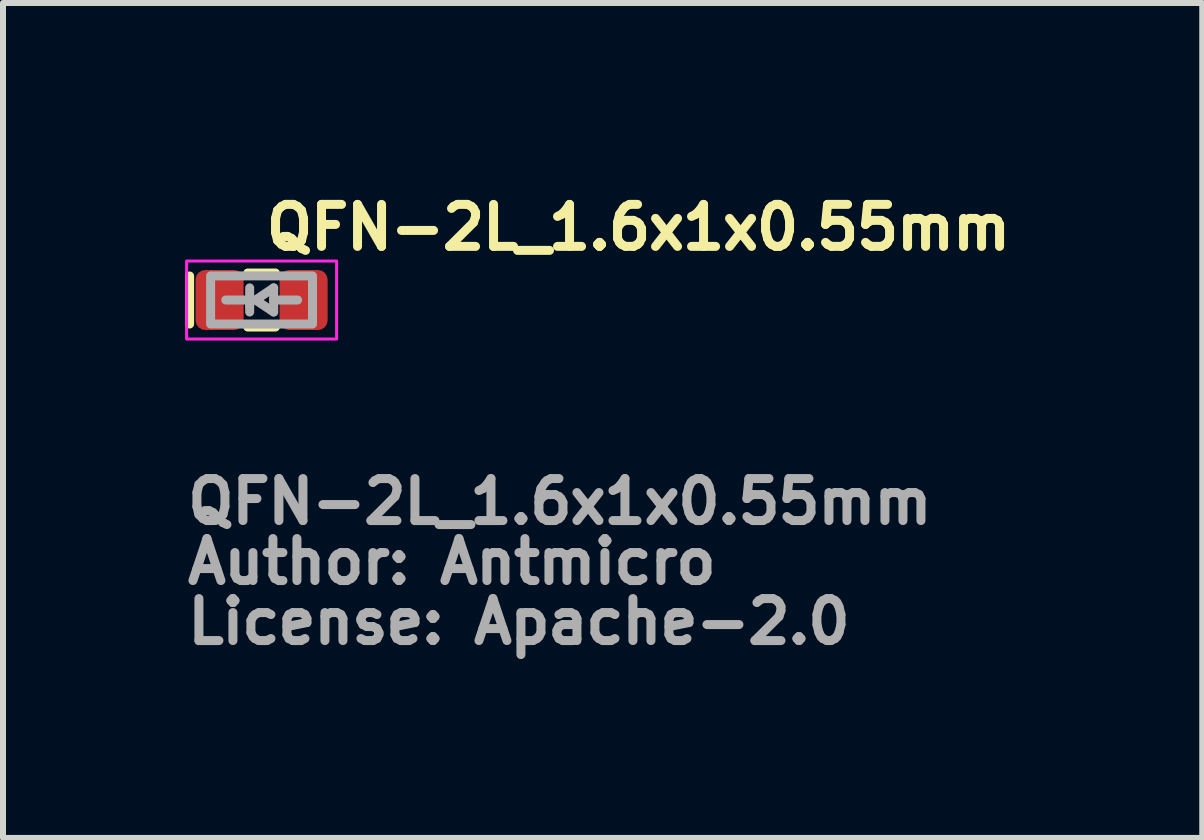
<source format=kicad_pcb>
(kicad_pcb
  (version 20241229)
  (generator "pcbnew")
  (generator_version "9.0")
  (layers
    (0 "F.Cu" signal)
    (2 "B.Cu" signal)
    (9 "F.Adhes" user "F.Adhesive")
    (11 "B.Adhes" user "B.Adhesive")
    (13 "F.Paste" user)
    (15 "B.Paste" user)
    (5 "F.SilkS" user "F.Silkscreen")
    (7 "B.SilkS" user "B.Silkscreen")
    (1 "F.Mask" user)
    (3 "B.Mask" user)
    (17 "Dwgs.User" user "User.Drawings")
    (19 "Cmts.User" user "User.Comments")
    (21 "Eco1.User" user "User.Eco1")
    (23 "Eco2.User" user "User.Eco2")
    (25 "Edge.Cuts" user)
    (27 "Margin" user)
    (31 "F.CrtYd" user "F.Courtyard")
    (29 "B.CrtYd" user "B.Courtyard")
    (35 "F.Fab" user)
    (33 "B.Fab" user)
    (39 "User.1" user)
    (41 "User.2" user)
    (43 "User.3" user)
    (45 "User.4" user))
  (footprint "QFN-2L_1.6x1x0.55mm"
    (layer "F.Cu")
    (at 1.31 1.95)
    (property "Reference" "QFN-2L_1.6x1x0.55mm" (at 0 -0.8 0) (layer "F.SilkS") (effects (font (size 0.7 0.7) (thickness 0.15)) (justify left bottom)))
    (attr smd)
    (fp_line (start -1.2 -0.4) (end -1.2 0.4) (stroke (width 0.15) (type solid)) (layer "F.SilkS"))
    (fp_line (start 0.23 -0.45) (end -0.23 -0.45) (stroke (width 0.15) (type solid)) (layer "F.SilkS"))
    (fp_line (start 0.23 0.45) (end -0.23 0.45) (stroke (width 0.15) (type solid)) (layer "F.SilkS"))
    (fp_rect (start 1.25 0.65) (end -1.25 -0.65) (stroke (width 0.05) (type solid)) (fill no) (layer "F.CrtYd"))
    (fp_line (start -0.199 -0.202) (end -0.199 0.1) (stroke (width 0.15) (type solid)) (layer "F.Fab"))
    (fp_line (start -0.199 0) (end -0.597 0) (stroke (width 0.15) (type solid)) (layer "F.Fab"))
    (fp_line (start -0.199 0.2) (end -0.199 0.1) (stroke (width 0.15) (type solid)) (layer "F.Fab"))
    (fp_line (start -0.101 0) (end 0.201 0.2) (stroke (width 0.15) (type solid)) (layer "F.Fab"))
    (fp_line (start 0.201 -0.202) (end -0.101 0) (stroke (width 0.15) (type solid)) (layer "F.Fab"))
    (fp_line (start 0.201 0) (end 0.201 -0.202) (stroke (width 0.15) (type solid)) (layer "F.Fab"))
    (fp_line (start 0.201 0.2) (end 0.201 0) (stroke (width 0.15) (type solid)) (layer "F.Fab"))
    (fp_line (start 0.599 0) (end 0.201 0) (stroke (width 0.15) (type solid)) (layer "F.Fab"))
    (fp_rect (start 0.848 0.4) (end -0.85 -0.402) (stroke (width 0.15) (type solid)) (fill no) (layer "F.Fab"))
    (fp_rect (start -0.81 -0.4) (end 0.81 0.4) (stroke (width 0.1) (type solid)) (fill no) (layer "User.5"))
    (fp_line (start -0.812 -0.342) (end -0.812 -0.15) (stroke (width 0.02) (type solid)) (layer "User.9"))
    (fp_line (start -0.812 -0.15) (end -0.801 -0.151) (stroke (width 0.02) (type solid)) (layer "User.9"))
    (fp_line (start -0.812 0.148) (end -0.812 0.34) (stroke (width 0.02) (type solid)) (layer "User.9"))
    (fp_line (start -0.812 0.34) (end -0.58 0.34) (stroke (width 0.02) (type solid)) (layer "User.9"))
    (fp_line (start -0.806 0.148) (end -0.812 0.148) (stroke (width 0.02) (type solid)) (layer "User.9"))
    (fp_line (start -0.802 -0.402) (end -0.802 -0.342) (stroke (width 0.02) (type solid)) (layer "User.9"))
    (fp_line (start -0.802 0.34) (end -0.802 0.4) (stroke (width 0.02) (type solid)) (layer "User.9"))
    (fp_line (start -0.802 0.4) (end 0.8 0.4) (stroke (width 0.02) (type solid)) (layer "User.9"))
    (fp_line (start -0.801 -0.151) (end -0.791 -0.15) (stroke (width 0.02) (type solid)) (layer "User.9"))
    (fp_line (start -0.801 0.149) (end -0.806 0.148) (stroke (width 0.02) (type solid)) (layer "User.9"))
    (fp_line (start -0.796 0.148) (end -0.801 0.149) (stroke (width 0.02) (type solid)) (layer "User.9"))
    (fp_line (start -0.791 -0.15) (end -0.78 -0.149) (stroke (width 0.02) (type solid)) (layer "User.9"))
    (fp_line (start -0.791 0.148) (end -0.796 0.148) (stroke (width 0.02) (type solid)) (layer "User.9"))
    (fp_line (start -0.786 0.148) (end -0.791 0.148) (stroke (width 0.02) (type solid)) (layer "User.9"))
    (fp_line (start -0.782 -0.392) (end -0.782 -0.342) (stroke (width 0.02) (type solid)) (layer "User.9"))
    (fp_line (start -0.782 0.34) (end -0.782 0.39) (stroke (width 0.02) (type solid)) (layer "User.9"))
    (fp_line (start -0.782 0.39) (end -0.5 0.39) (stroke (width 0.02) (type solid)) (layer "User.9"))
    (fp_line (start -0.78 -0.149) (end -0.77 -0.147) (stroke (width 0.02) (type solid)) (layer "User.9"))
    (fp_line (start -0.78 0.147) (end -0.786 0.148) (stroke (width 0.02) (type solid)) (layer "User.9"))
    (fp_line (start -0.775 0.146) (end -0.78 0.147) (stroke (width 0.02) (type solid)) (layer "User.9"))
    (fp_line (start -0.77 -0.147) (end -0.76 -0.145) (stroke (width 0.02) (type solid)) (layer "User.9"))
    (fp_line (start -0.77 0.145) (end -0.775 0.146) (stroke (width 0.02) (type solid)) (layer "User.9"))
    (fp_line (start -0.764 0.144) (end -0.77 0.145) (stroke (width 0.02) (type solid)) (layer "User.9"))
    (fp_line (start -0.76 -0.145) (end -0.75 -0.143) (stroke (width 0.02) (type solid)) (layer "User.9"))
    (fp_line (start -0.76 0.144) (end -0.764 0.144) (stroke (width 0.02) (type solid)) (layer "User.9"))
    (fp_line (start -0.755 0.142) (end -0.76 0.144) (stroke (width 0.02) (type solid)) (layer "User.9"))
    (fp_line (start -0.75 -0.143) (end -0.74 -0.139) (stroke (width 0.02) (type solid)) (layer "User.9"))
    (fp_line (start -0.75 0.141) (end -0.755 0.142) (stroke (width 0.02) (type solid)) (layer "User.9"))
    (fp_line (start -0.745 0.139) (end -0.75 0.141) (stroke (width 0.02) (type solid)) (layer "User.9"))
    (fp_line (start -0.74 -0.139) (end -0.731 -0.135) (stroke (width 0.02) (type solid)) (layer "User.9"))
    (fp_line (start -0.74 0.137) (end -0.745 0.139) (stroke (width 0.02) (type solid)) (layer "User.9"))
    (fp_line (start -0.736 0.135) (end -0.74 0.137) (stroke (width 0.02) (type solid)) (layer "User.9"))
    (fp_line (start -0.731 -0.135) (end -0.723 -0.13) (stroke (width 0.02) (type solid)) (layer "User.9"))
    (fp_line (start -0.731 0.133) (end -0.736 0.135) (stroke (width 0.02) (type solid)) (layer "User.9"))
    (fp_line (start -0.727 0.13) (end -0.731 0.133) (stroke (width 0.02) (type solid)) (layer "User.9"))
    (fp_line (start -0.723 -0.13) (end -0.714 -0.123) (stroke (width 0.02) (type solid)) (layer "User.9"))
    (fp_line (start -0.723 0.128) (end -0.727 0.13) (stroke (width 0.02) (type solid)) (layer "User.9"))
    (fp_line (start -0.718 0.124) (end -0.723 0.128) (stroke (width 0.02) (type solid)) (layer "User.9"))
    (fp_line (start -0.714 -0.123) (end -0.706 -0.118) (stroke (width 0.02) (type solid)) (layer "User.9"))
    (fp_line (start -0.714 0.121) (end -0.718 0.124) (stroke (width 0.02) (type solid)) (layer "User.9"))
    (fp_line (start -0.71 0.119) (end -0.714 0.121) (stroke (width 0.02) (type solid)) (layer "User.9"))
    (fp_line (start -0.706 -0.118) (end -0.699 -0.11) (stroke (width 0.02) (type solid)) (layer "User.9"))
    (fp_line (start -0.706 0.116) (end -0.71 0.119) (stroke (width 0.02) (type solid)) (layer "User.9"))
    (fp_line (start -0.703 0.113) (end -0.706 0.116) (stroke (width 0.02) (type solid)) (layer "User.9"))
    (fp_line (start -0.699 -0.11) (end -0.692 -0.104) (stroke (width 0.02) (type solid)) (layer "User.9"))
    (fp_line (start -0.699 0.108) (end -0.703 0.113) (stroke (width 0.02) (type solid)) (layer "User.9"))
    (fp_line (start -0.696 0.105) (end -0.699 0.108) (stroke (width 0.02) (type solid)) (layer "User.9"))
    (fp_line (start -0.692 -0.104) (end -0.685 -0.095) (stroke (width 0.02) (type solid)) (layer "User.9"))
    (fp_line (start -0.692 0.102) (end -0.696 0.105) (stroke (width 0.02) (type solid)) (layer "User.9"))
    (fp_line (start -0.689 0.098) (end -0.692 0.102) (stroke (width 0.02) (type solid)) (layer "User.9"))
    (fp_line (start -0.685 -0.095) (end -0.679 -0.088) (stroke (width 0.02) (type solid)) (layer "User.9"))
    (fp_line (start -0.685 0.093) (end -0.689 0.098) (stroke (width 0.02) (type solid)) (layer "User.9"))
    (fp_line (start -0.682 0.089) (end -0.685 0.093) (stroke (width 0.02) (type solid)) (layer "User.9"))
    (fp_line (start -0.679 -0.088) (end -0.673 -0.078) (stroke (width 0.02) (type solid)) (layer "User.9"))
    (fp_line (start -0.679 0.086) (end -0.682 0.089) (stroke (width 0.02) (type solid)) (layer "User.9"))
    (fp_line (start -0.676 0.082) (end -0.679 0.086) (stroke (width 0.02) (type solid)) (layer "User.9"))
    (fp_line (start -0.673 -0.078) (end -0.673 -0.078) (stroke (width 0.02) (type solid)) (layer "User.9"))
    (fp_line (start -0.673 -0.078) (end -0.668 -0.07) (stroke (width 0.02) (type solid)) (layer "User.9"))
    (fp_line (start -0.673 0.076) (end -0.676 0.082) (stroke (width 0.02) (type solid)) (layer "User.9"))
    (fp_line (start -0.673 0.076) (end -0.673 0.076) (stroke (width 0.02) (type solid)) (layer "User.9"))
    (fp_line (start -0.668 -0.07) (end -0.664 -0.06) (stroke (width 0.02) (type solid)) (layer "User.9"))
    (fp_line (start -0.668 0.068) (end -0.673 0.076) (stroke (width 0.02) (type solid)) (layer "User.9"))
    (fp_line (start -0.664 -0.06) (end -0.66 -0.051) (stroke (width 0.02) (type solid)) (layer "User.9"))
    (fp_line (start -0.664 0.059) (end -0.668 0.068) (stroke (width 0.02) (type solid)) (layer "User.9"))
    (fp_line (start -0.66 -0.051) (end -0.657 -0.042) (stroke (width 0.02) (type solid)) (layer "User.9"))
    (fp_line (start -0.66 0.049) (end -0.664 0.059) (stroke (width 0.02) (type solid)) (layer "User.9"))
    (fp_line (start -0.657 -0.042) (end -0.655 -0.031) (stroke (width 0.02) (type solid)) (layer "User.9"))
    (fp_line (start -0.657 0.04) (end -0.66 0.049) (stroke (width 0.02) (type solid)) (layer "User.9"))
    (fp_line (start -0.655 -0.031) (end -0.653 -0.022) (stroke (width 0.02) (type solid)) (layer "User.9"))
    (fp_line (start -0.655 0.029) (end -0.657 0.04) (stroke (width 0.02) (type solid)) (layer "User.9"))
    (fp_line (start -0.653 -0.022) (end -0.652 -0.011) (stroke (width 0.02) (type solid)) (layer "User.9"))
    (fp_line (start -0.653 0.02) (end -0.655 0.029) (stroke (width 0.02) (type solid)) (layer "User.9"))
    (fp_line (start -0.652 -0.011) (end -0.651 0) (stroke (width 0.02) (type solid)) (layer "User.9"))
    (fp_line (start -0.652 0.01) (end -0.653 0.02) (stroke (width 0.02) (type solid)) (layer "User.9"))
    (fp_line (start -0.651 0) (end -0.652 0.01) (stroke (width 0.02) (type solid)) (layer "User.9"))
    (fp_line (start -0.6 -0.308) (end -0.599 -0.311) (stroke (width 0.02) (type solid)) (layer "User.9"))
    (fp_line (start -0.6 -0.306) (end -0.6 -0.308) (stroke (width 0.02) (type solid)) (layer "User.9"))
    (fp_line (start -0.6 -0.303) (end -0.6 -0.306) (stroke (width 0.02) (type solid)) (layer "User.9"))
    (fp_line (start -0.6 -0.3) (end -0.6 -0.303) (stroke (width 0.02) (type solid)) (layer "User.9"))
    (fp_line (start -0.6 -0.3) (end -0.6 0.298) (stroke (width 0.02) (type solid)) (layer "User.9"))
    (fp_line (start -0.6 0.301) (end -0.6 0.298) (stroke (width 0.02) (type solid)) (layer "User.9"))
    (fp_line (start -0.6 0.304) (end -0.6 0.301) (stroke (width 0.02) (type solid)) (layer "User.9"))
    (fp_line (start -0.6 0.306) (end -0.6 0.304) (stroke (width 0.02) (type solid)) (layer "User.9"))
    (fp_line (start -0.599 -0.313) (end -0.598 -0.315) (stroke (width 0.02) (type solid)) (layer "User.9"))
    (fp_line (start -0.599 -0.311) (end -0.599 -0.313) (stroke (width 0.02) (type solid)) (layer "User.9"))
    (fp_line (start -0.599 0.309) (end -0.6 0.306) (stroke (width 0.02) (type solid)) (layer "User.9"))
    (fp_line (start -0.599 0.311) (end -0.599 0.309) (stroke (width 0.02) (type solid)) (layer "User.9"))
    (fp_line (start -0.598 -0.315) (end -0.597 -0.318) (stroke (width 0.02) (type solid)) (layer "User.9"))
    (fp_line (start -0.598 0.313) (end -0.599 0.311) (stroke (width 0.02) (type solid)) (layer "User.9"))
    (fp_line (start -0.597 -0.32) (end -0.596 -0.323) (stroke (width 0.02) (type solid)) (layer "User.9"))
    (fp_line (start -0.597 -0.318) (end -0.597 -0.32) (stroke (width 0.02) (type solid)) (layer "User.9"))
    (fp_line (start -0.597 0.316) (end -0.598 0.313) (stroke (width 0.02) (type solid)) (layer "User.9"))
    (fp_line (start -0.597 0.318) (end -0.597 0.316) (stroke (width 0.02) (type solid)) (layer "User.9"))
    (fp_line (start -0.596 -0.323) (end -0.594 -0.325) (stroke (width 0.02) (type solid)) (layer "User.9"))
    (fp_line (start -0.596 0.321) (end -0.597 0.318) (stroke (width 0.02) (type solid)) (layer "User.9"))
    (fp_line (start -0.594 -0.325) (end -0.593 -0.327) (stroke (width 0.02) (type solid)) (layer "User.9"))
    (fp_line (start -0.594 0.323) (end -0.596 0.321) (stroke (width 0.02) (type solid)) (layer "User.9"))
    (fp_line (start -0.593 -0.327) (end -0.592 -0.329) (stroke (width 0.02) (type solid)) (layer "User.9"))
    (fp_line (start -0.593 0.325) (end -0.594 0.323) (stroke (width 0.02) (type solid)) (layer "User.9"))
    (fp_line (start -0.592 -0.329) (end -0.591 -0.331) (stroke (width 0.02) (type solid)) (layer "User.9"))
    (fp_line (start -0.592 0.327) (end -0.593 0.325) (stroke (width 0.02) (type solid)) (layer "User.9"))
    (fp_line (start -0.591 -0.331) (end -0.589 -0.333) (stroke (width 0.02) (type solid)) (layer "User.9"))
    (fp_line (start -0.591 0.329) (end -0.592 0.327) (stroke (width 0.02) (type solid)) (layer "User.9"))
    (fp_line (start -0.589 -0.333) (end -0.588 -0.335) (stroke (width 0.02) (type solid)) (layer "User.9"))
    (fp_line (start -0.589 0.331) (end -0.591 0.329) (stroke (width 0.02) (type solid)) (layer "User.9"))
    (fp_line (start -0.588 -0.335) (end -0.586 -0.337) (stroke (width 0.02) (type solid)) (layer "User.9"))
    (fp_line (start -0.588 0.333) (end -0.589 0.331) (stroke (width 0.02) (type solid)) (layer "User.9"))
    (fp_line (start -0.586 -0.337) (end -0.584 -0.339) (stroke (width 0.02) (type solid)) (layer "User.9"))
    (fp_line (start -0.586 0.335) (end -0.588 0.333) (stroke (width 0.02) (type solid)) (layer "User.9"))
    (fp_line (start -0.584 -0.339) (end -0.582 -0.34) (stroke (width 0.02) (type solid)) (layer "User.9"))
    (fp_line (start -0.584 0.337) (end -0.586 0.335) (stroke (width 0.02) (type solid)) (layer "User.9"))
    (fp_line (start -0.582 -0.34) (end -0.58 -0.342) (stroke (width 0.02) (type solid)) (layer "User.9"))
    (fp_line (start -0.582 0.338) (end -0.584 0.337) (stroke (width 0.02) (type solid)) (layer "User.9"))
    (fp_line (start -0.58 -0.342) (end -0.812 -0.342) (stroke (width 0.02) (type solid)) (layer "User.9"))
    (fp_line (start -0.58 -0.342) (end -0.578 -0.343) (stroke (width 0.02) (type solid)) (layer "User.9"))
    (fp_line (start -0.58 0.34) (end -0.582 0.338) (stroke (width 0.02) (type solid)) (layer "User.9"))
    (fp_line (start -0.578 -0.343) (end -0.577 -0.344) (stroke (width 0.02) (type solid)) (layer "User.9"))
    (fp_line (start -0.578 0.341) (end -0.58 0.34) (stroke (width 0.02) (type solid)) (layer "User.9"))
    (fp_line (start -0.577 -0.344) (end -0.575 -0.345) (stroke (width 0.02) (type solid)) (layer "User.9"))
    (fp_line (start -0.577 0.342) (end -0.578 0.341) (stroke (width 0.02) (type solid)) (layer "User.9"))
    (fp_line (start -0.575 -0.345) (end -0.573 -0.347) (stroke (width 0.02) (type solid)) (layer "User.9"))
    (fp_line (start -0.575 0.343) (end -0.577 0.342) (stroke (width 0.02) (type solid)) (layer "User.9"))
    (fp_line (start -0.573 -0.347) (end -0.571 -0.348) (stroke (width 0.02) (type solid)) (layer "User.9"))
    (fp_line (start -0.573 0.345) (end -0.575 0.343) (stroke (width 0.02) (type solid)) (layer "User.9"))
    (fp_line (start -0.571 -0.348) (end -0.569 -0.348) (stroke (width 0.02) (type solid)) (layer "User.9"))
    (fp_line (start -0.571 0.346) (end -0.573 0.345) (stroke (width 0.02) (type solid)) (layer "User.9"))
    (fp_line (start -0.569 -0.348) (end -0.566 -0.349) (stroke (width 0.02) (type solid)) (layer "User.9"))
    (fp_line (start -0.569 0.346) (end -0.571 0.346) (stroke (width 0.02) (type solid)) (layer "User.9"))
    (fp_line (start -0.566 -0.349) (end -0.564 -0.35) (stroke (width 0.02) (type solid)) (layer "User.9"))
    (fp_line (start -0.566 0.347) (end -0.569 0.346) (stroke (width 0.02) (type solid)) (layer "User.9"))
    (fp_line (start -0.564 -0.35) (end -0.562 -0.35) (stroke (width 0.02) (type solid)) (layer "User.9"))
    (fp_line (start -0.564 0.348) (end -0.566 0.347) (stroke (width 0.02) (type solid)) (layer "User.9"))
    (fp_line (start -0.562 -0.35) (end -0.559 -0.351) (stroke (width 0.02) (type solid)) (layer "User.9"))
    (fp_line (start -0.562 0.348) (end -0.564 0.348) (stroke (width 0.02) (type solid)) (layer "User.9"))
    (fp_line (start -0.559 -0.351) (end -0.557 -0.351) (stroke (width 0.02) (type solid)) (layer "User.9"))
    (fp_line (start -0.559 0.349) (end -0.562 0.348) (stroke (width 0.02) (type solid)) (layer "User.9"))
    (fp_line (start -0.557 -0.351) (end -0.554 -0.351) (stroke (width 0.02) (type solid)) (layer "User.9"))
    (fp_line (start -0.557 0.349) (end -0.559 0.349) (stroke (width 0.02) (type solid)) (layer "User.9"))
    (fp_line (start -0.554 -0.351) (end -0.552 -0.351) (stroke (width 0.02) (type solid)) (layer "User.9"))
    (fp_line (start -0.554 0.349) (end -0.557 0.349) (stroke (width 0.02) (type solid)) (layer "User.9"))
    (fp_line (start -0.552 0.349) (end -0.554 0.349) (stroke (width 0.02) (type solid)) (layer "User.9"))
    (fp_line (start -0.552 0.349) (end 0.55 0.349) (stroke (width 0.02) (type solid)) (layer "User.9"))
    (fp_line (start -0.5 -0.392) (end -0.782 -0.392) (stroke (width 0.02) (type solid)) (layer "User.9"))
    (fp_line (start -0.5 -0.351) (end -0.5 -0.392) (stroke (width 0.02) (type solid)) (layer "User.9"))
    (fp_line (start -0.5 0.39) (end -0.5 0.349) (stroke (width 0.02) (type solid)) (layer "User.9"))
    (fp_line (start 0.55 -0.351) (end -0.552 -0.351) (stroke (width 0.02) (type solid)) (layer "User.9"))
    (fp_line (start 0.55 -0.351) (end 0.552 -0.351) (stroke (width 0.02) (type solid)) (layer "User.9"))
    (fp_line (start 0.552 -0.351) (end 0.555 -0.351) (stroke (width 0.02) (type solid)) (layer "User.9"))
    (fp_line (start 0.552 0.349) (end 0.55 0.349) (stroke (width 0.02) (type solid)) (layer "User.9"))
    (fp_line (start 0.555 -0.351) (end 0.557 -0.351) (stroke (width 0.02) (type solid)) (layer "User.9"))
    (fp_line (start 0.555 0.349) (end 0.552 0.349) (stroke (width 0.02) (type solid)) (layer "User.9"))
    (fp_line (start 0.557 -0.351) (end 0.56 -0.35) (stroke (width 0.02) (type solid)) (layer "User.9"))
    (fp_line (start 0.557 0.349) (end 0.555 0.349) (stroke (width 0.02) (type solid)) (layer "User.9"))
    (fp_line (start 0.56 -0.35) (end 0.562 -0.35) (stroke (width 0.02) (type solid)) (layer "User.9"))
    (fp_line (start 0.56 0.348) (end 0.557 0.349) (stroke (width 0.02) (type solid)) (layer "User.9"))
    (fp_line (start 0.562 -0.35) (end 0.564 -0.349) (stroke (width 0.02) (type solid)) (layer "User.9"))
    (fp_line (start 0.562 0.348) (end 0.56 0.348) (stroke (width 0.02) (type solid)) (layer "User.9"))
    (fp_line (start 0.564 -0.349) (end 0.567 -0.348) (stroke (width 0.02) (type solid)) (layer "User.9"))
    (fp_line (start 0.564 0.347) (end 0.562 0.348) (stroke (width 0.02) (type solid)) (layer "User.9"))
    (fp_line (start 0.567 -0.348) (end 0.569 -0.348) (stroke (width 0.02) (type solid)) (layer "User.9"))
    (fp_line (start 0.567 0.346) (end 0.564 0.347) (stroke (width 0.02) (type solid)) (layer "User.9"))
    (fp_line (start 0.569 -0.348) (end 0.571 -0.347) (stroke (width 0.02) (type solid)) (layer "User.9"))
    (fp_line (start 0.569 0.346) (end 0.567 0.346) (stroke (width 0.02) (type solid)) (layer "User.9"))
    (fp_line (start 0.571 -0.347) (end 0.573 -0.345) (stroke (width 0.02) (type solid)) (layer "User.9"))
    (fp_line (start 0.571 0.345) (end 0.569 0.346) (stroke (width 0.02) (type solid)) (layer "User.9"))
    (fp_line (start 0.573 -0.345) (end 0.575 -0.344) (stroke (width 0.02) (type solid)) (layer "User.9"))
    (fp_line (start 0.573 0.343) (end 0.571 0.345) (stroke (width 0.02) (type solid)) (layer "User.9"))
    (fp_line (start 0.575 -0.344) (end 0.576 -0.343) (stroke (width 0.02) (type solid)) (layer "User.9"))
    (fp_line (start 0.575 0.342) (end 0.573 0.343) (stroke (width 0.02) (type solid)) (layer "User.9"))
    (fp_line (start 0.576 -0.343) (end 0.578 -0.342) (stroke (width 0.02) (type solid)) (layer "User.9"))
    (fp_line (start 0.576 0.341) (end 0.575 0.342) (stroke (width 0.02) (type solid)) (layer "User.9"))
    (fp_line (start 0.578 -0.342) (end 0.58 -0.34) (stroke (width 0.02) (type solid)) (layer "User.9"))
    (fp_line (start 0.578 0.34) (end 0.576 0.341) (stroke (width 0.02) (type solid)) (layer "User.9"))
    (fp_line (start 0.578 0.34) (end 0.81 0.34) (stroke (width 0.02) (type solid)) (layer "User.9"))
    (fp_line (start 0.58 -0.34) (end 0.582 -0.339) (stroke (width 0.02) (type solid)) (layer "User.9"))
    (fp_line (start 0.58 0.338) (end 0.578 0.34) (stroke (width 0.02) (type solid)) (layer "User.9"))
    (fp_line (start 0.582 -0.339) (end 0.584 -0.337) (stroke (width 0.02) (type solid)) (layer "User.9"))
    (fp_line (start 0.582 0.337) (end 0.58 0.338) (stroke (width 0.02) (type solid)) (layer "User.9"))
    (fp_line (start 0.584 -0.337) (end 0.586 -0.335) (stroke (width 0.02) (type solid)) (layer "User.9"))
    (fp_line (start 0.584 0.335) (end 0.582 0.337) (stroke (width 0.02) (type solid)) (layer "User.9"))
    (fp_line (start 0.586 -0.335) (end 0.587 -0.333) (stroke (width 0.02) (type solid)) (layer "User.9"))
    (fp_line (start 0.586 0.333) (end 0.584 0.335) (stroke (width 0.02) (type solid)) (layer "User.9"))
    (fp_line (start 0.587 -0.333) (end 0.589 -0.331) (stroke (width 0.02) (type solid)) (layer "User.9"))
    (fp_line (start 0.587 0.331) (end 0.586 0.333) (stroke (width 0.02) (type solid)) (layer "User.9"))
    (fp_line (start 0.589 -0.331) (end 0.59 -0.329) (stroke (width 0.02) (type solid)) (layer "User.9"))
    (fp_line (start 0.589 0.329) (end 0.587 0.331) (stroke (width 0.02) (type solid)) (layer "User.9"))
    (fp_line (start 0.59 -0.329) (end 0.591 -0.327) (stroke (width 0.02) (type solid)) (layer "User.9"))
    (fp_line (start 0.59 0.327) (end 0.589 0.329) (stroke (width 0.02) (type solid)) (layer "User.9"))
    (fp_line (start 0.591 -0.327) (end 0.592 -0.325) (stroke (width 0.02) (type solid)) (layer "User.9"))
    (fp_line (start 0.591 0.325) (end 0.59 0.327) (stroke (width 0.02) (type solid)) (layer "User.9"))
    (fp_line (start 0.592 -0.325) (end 0.594 -0.323) (stroke (width 0.02) (type solid)) (layer "User.9"))
    (fp_line (start 0.592 0.323) (end 0.591 0.325) (stroke (width 0.02) (type solid)) (layer "User.9"))
    (fp_line (start 0.594 -0.323) (end 0.595 -0.32) (stroke (width 0.02) (type solid)) (layer "User.9"))
    (fp_line (start 0.594 0.321) (end 0.592 0.323) (stroke (width 0.02) (type solid)) (layer "User.9"))
    (fp_line (start 0.595 -0.32) (end 0.595 -0.318) (stroke (width 0.02) (type solid)) (layer "User.9"))
    (fp_line (start 0.595 -0.318) (end 0.596 -0.315) (stroke (width 0.02) (type solid)) (layer "User.9"))
    (fp_line (start 0.595 0.316) (end 0.595 0.318) (stroke (width 0.02) (type solid)) (layer "User.9"))
    (fp_line (start 0.595 0.318) (end 0.594 0.321) (stroke (width 0.02) (type solid)) (layer "User.9"))
    (fp_line (start 0.596 -0.315) (end 0.597 -0.313) (stroke (width 0.02) (type solid)) (layer "User.9"))
    (fp_line (start 0.596 0.313) (end 0.595 0.316) (stroke (width 0.02) (type solid)) (layer "User.9"))
    (fp_line (start 0.597 -0.313) (end 0.597 -0.311) (stroke (width 0.02) (type solid)) (layer "User.9"))
    (fp_line (start 0.597 -0.311) (end 0.598 -0.308) (stroke (width 0.02) (type solid)) (layer "User.9"))
    (fp_line (start 0.597 0.309) (end 0.597 0.311) (stroke (width 0.02) (type solid)) (layer "User.9"))
    (fp_line (start 0.597 0.311) (end 0.596 0.313) (stroke (width 0.02) (type solid)) (layer "User.9"))
    (fp_line (start 0.598 -0.308) (end 0.598 -0.306) (stroke (width 0.02) (type solid)) (layer "User.9"))
    (fp_line (start 0.598 -0.306) (end 0.598 -0.303) (stroke (width 0.02) (type solid)) (layer "User.9"))
    (fp_line (start 0.598 -0.303) (end 0.598 -0.3) (stroke (width 0.02) (type solid)) (layer "User.9"))
    (fp_line (start 0.598 0.298) (end 0.598 -0.3) (stroke (width 0.02) (type solid)) (layer "User.9"))
    (fp_line (start 0.598 0.298) (end 0.598 0.301) (stroke (width 0.02) (type solid)) (layer "User.9"))
    (fp_line (start 0.598 0.301) (end 0.598 0.304) (stroke (width 0.02) (type solid)) (layer "User.9"))
    (fp_line (start 0.598 0.304) (end 0.598 0.306) (stroke (width 0.02) (type solid)) (layer "User.9"))
    (fp_line (start 0.598 0.306) (end 0.597 0.309) (stroke (width 0.02) (type solid)) (layer "User.9"))
    (fp_line (start 0.65 -0.016) (end 0.651 -0.024) (stroke (width 0.02) (type solid)) (layer "User.9"))
    (fp_line (start 0.65 -0.008) (end 0.65 -0.016) (stroke (width 0.02) (type solid)) (layer "User.9"))
    (fp_line (start 0.65 0) (end 0.65 -0.008) (stroke (width 0.02) (type solid)) (layer "User.9"))
    (fp_line (start 0.65 0.007) (end 0.65 0) (stroke (width 0.02) (type solid)) (layer "User.9"))
    (fp_line (start 0.65 0.014) (end 0.65 0.007) (stroke (width 0.02) (type solid)) (layer "User.9"))
    (fp_line (start 0.651 -0.024) (end 0.653 -0.031) (stroke (width 0.02) (type solid)) (layer "User.9"))
    (fp_line (start 0.651 0.022) (end 0.65 0.014) (stroke (width 0.02) (type solid)) (layer "User.9"))
    (fp_line (start 0.653 -0.031) (end 0.654 -0.039) (stroke (width 0.02) (type solid)) (layer "User.9"))
    (fp_line (start 0.653 0.029) (end 0.651 0.022) (stroke (width 0.02) (type solid)) (layer "User.9"))
    (fp_line (start 0.654 -0.039) (end 0.657 -0.046) (stroke (width 0.02) (type solid)) (layer "User.9"))
    (fp_line (start 0.654 0.037) (end 0.653 0.029) (stroke (width 0.02) (type solid)) (layer "User.9"))
    (fp_line (start 0.657 -0.046) (end 0.659 -0.053) (stroke (width 0.02) (type solid)) (layer "User.9"))
    (fp_line (start 0.657 0.044) (end 0.654 0.037) (stroke (width 0.02) (type solid)) (layer "User.9"))
    (fp_line (start 0.659 -0.053) (end 0.662 -0.06) (stroke (width 0.02) (type solid)) (layer "User.9"))
    (fp_line (start 0.659 0.052) (end 0.657 0.044) (stroke (width 0.02) (type solid)) (layer "User.9"))
    (fp_line (start 0.662 -0.06) (end 0.665 -0.068) (stroke (width 0.02) (type solid)) (layer "User.9"))
    (fp_line (start 0.662 0.059) (end 0.659 0.052) (stroke (width 0.02) (type solid)) (layer "User.9"))
    (fp_line (start 0.665 -0.068) (end 0.669 -0.074) (stroke (width 0.02) (type solid)) (layer "User.9"))
    (fp_line (start 0.665 0.066) (end 0.662 0.059) (stroke (width 0.02) (type solid)) (layer "User.9"))
    (fp_line (start 0.669 -0.074) (end 0.673 -0.08) (stroke (width 0.02) (type solid)) (layer "User.9"))
    (fp_line (start 0.669 0.072) (end 0.665 0.066) (stroke (width 0.02) (type solid)) (layer "User.9"))
    (fp_line (start 0.673 -0.08) (end 0.677 -0.088) (stroke (width 0.02) (type solid)) (layer "User.9"))
    (fp_line (start 0.673 0.078) (end 0.669 0.072) (stroke (width 0.02) (type solid)) (layer "User.9"))
    (fp_line (start 0.677 -0.088) (end 0.681 -0.093) (stroke (width 0.02) (type solid)) (layer "User.9"))
    (fp_line (start 0.677 0.086) (end 0.673 0.078) (stroke (width 0.02) (type solid)) (layer "User.9"))
    (fp_line (start 0.681 -0.093) (end 0.686 -0.1) (stroke (width 0.02) (type solid)) (layer "User.9"))
    (fp_line (start 0.681 0.091) (end 0.677 0.086) (stroke (width 0.02) (type solid)) (layer "User.9"))
    (fp_line (start 0.686 -0.1) (end 0.691 -0.105) (stroke (width 0.02) (type solid)) (layer "User.9"))
    (fp_line (start 0.686 0.098) (end 0.681 0.091) (stroke (width 0.02) (type solid)) (layer "User.9"))
    (fp_line (start 0.691 -0.105) (end 0.697 -0.11) (stroke (width 0.02) (type solid)) (layer "User.9"))
    (fp_line (start 0.691 0.104) (end 0.686 0.098) (stroke (width 0.02) (type solid)) (layer "User.9"))
    (fp_line (start 0.697 -0.11) (end 0.697 -0.11) (stroke (width 0.02) (type solid)) (layer "User.9"))
    (fp_line (start 0.697 -0.11) (end 0.703 -0.116) (stroke (width 0.02) (type solid)) (layer "User.9"))
    (fp_line (start 0.697 0.108) (end 0.691 0.104) (stroke (width 0.02) (type solid)) (layer "User.9"))
    (fp_line (start 0.697 0.108) (end 0.697 0.108) (stroke (width 0.02) (type solid)) (layer "User.9"))
    (fp_line (start 0.703 -0.116) (end 0.708 -0.12) (stroke (width 0.02) (type solid)) (layer "User.9"))
    (fp_line (start 0.703 0.114) (end 0.697 0.108) (stroke (width 0.02) (type solid)) (layer "User.9"))
    (fp_line (start 0.708 -0.12) (end 0.714 -0.125) (stroke (width 0.02) (type solid)) (layer "User.9"))
    (fp_line (start 0.708 0.119) (end 0.703 0.114) (stroke (width 0.02) (type solid)) (layer "User.9"))
    (fp_line (start 0.714 -0.125) (end 0.721 -0.13) (stroke (width 0.02) (type solid)) (layer "User.9"))
    (fp_line (start 0.714 0.123) (end 0.708 0.119) (stroke (width 0.02) (type solid)) (layer "User.9"))
    (fp_line (start 0.721 -0.13) (end 0.727 -0.133) (stroke (width 0.02) (type solid)) (layer "User.9"))
    (fp_line (start 0.721 0.128) (end 0.714 0.123) (stroke (width 0.02) (type solid)) (layer "User.9"))
    (fp_line (start 0.727 -0.133) (end 0.734 -0.137) (stroke (width 0.02) (type solid)) (layer "User.9"))
    (fp_line (start 0.727 0.131) (end 0.721 0.128) (stroke (width 0.02) (type solid)) (layer "User.9"))
    (fp_line (start 0.734 -0.137) (end 0.741 -0.14) (stroke (width 0.02) (type solid)) (layer "User.9"))
    (fp_line (start 0.734 0.135) (end 0.727 0.131) (stroke (width 0.02) (type solid)) (layer "User.9"))
    (fp_line (start 0.741 -0.14) (end 0.748 -0.143) (stroke (width 0.02) (type solid)) (layer "User.9"))
    (fp_line (start 0.741 0.138) (end 0.734 0.135) (stroke (width 0.02) (type solid)) (layer "User.9"))
    (fp_line (start 0.748 -0.143) (end 0.755 -0.145) (stroke (width 0.02) (type solid)) (layer "User.9"))
    (fp_line (start 0.748 0.141) (end 0.741 0.138) (stroke (width 0.02) (type solid)) (layer "User.9"))
    (fp_line (start 0.755 -0.145) (end 0.763 -0.146) (stroke (width 0.02) (type solid)) (layer "User.9"))
    (fp_line (start 0.755 0.143) (end 0.748 0.141) (stroke (width 0.02) (type solid)) (layer "User.9"))
    (fp_line (start 0.763 -0.146) (end 0.771 -0.148) (stroke (width 0.02) (type solid)) (layer "User.9"))
    (fp_line (start 0.763 0.144) (end 0.755 0.143) (stroke (width 0.02) (type solid)) (layer "User.9"))
    (fp_line (start 0.771 -0.148) (end 0.779 -0.149) (stroke (width 0.02) (type solid)) (layer "User.9"))
    (fp_line (start 0.771 0.146) (end 0.763 0.144) (stroke (width 0.02) (type solid)) (layer "User.9"))
    (fp_line (start 0.779 -0.149) (end 0.786 -0.15) (stroke (width 0.02) (type solid)) (layer "User.9"))
    (fp_line (start 0.779 0.147) (end 0.771 0.146) (stroke (width 0.02) (type solid)) (layer "User.9"))
    (fp_line (start 0.786 -0.15) (end 0.794 -0.15) (stroke (width 0.02) (type solid)) (layer "User.9"))
    (fp_line (start 0.786 0.148) (end 0.779 0.147) (stroke (width 0.02) (type solid)) (layer "User.9"))
    (fp_line (start 0.794 -0.15) (end 0.802 -0.15) (stroke (width 0.02) (type solid)) (layer "User.9"))
    (fp_line (start 0.794 0.148) (end 0.786 0.148) (stroke (width 0.02) (type solid)) (layer "User.9"))
    (fp_line (start 0.8 -0.402) (end -0.802 -0.402) (stroke (width 0.02) (type solid)) (layer "User.9"))
    (fp_line (start 0.8 -0.342) (end 0.8 -0.402) (stroke (width 0.02) (type solid)) (layer "User.9"))
    (fp_line (start 0.8 0.4) (end 0.8 0.34) (stroke (width 0.02) (type solid)) (layer "User.9"))
    (fp_line (start 0.802 -0.15) (end 0.81 -0.15) (stroke (width 0.02) (type solid)) (layer "User.9"))
    (fp_line (start 0.802 0.148) (end 0.794 0.148) (stroke (width 0.02) (type solid)) (layer "User.9"))
    (fp_line (start 0.81 -0.342) (end 0.578 -0.342) (stroke (width 0.02) (type solid)) (layer "User.9"))
    (fp_line (start 0.81 -0.15) (end 0.81 -0.342) (stroke (width 0.02) (type solid)) (layer "User.9"))
    (fp_line (start 0.81 0.148) (end 0.802 0.148) (stroke (width 0.02) (type solid)) (layer "User.9"))
    (fp_line (start 0.81 0.34) (end 0.81 0.148) (stroke (width 0.02) (type solid)) (layer "User.9"))
    (fp_text user "License: Apache-2.0" (at -1.31 5.769 0) (layer "F.Fab") (effects (font (size 0.7 0.7) (thickness 0.15)) (justify left bottom)))
    (fp_text user "Author: Antmicro" (at -1.31 4.769 0) (layer "F.Fab") (effects (font (size 0.7 0.7) (thickness 0.15)) (justify left bottom)))
    (fp_text user "${REFERENCE}" (at -1.31 3.769 0) (layer "F.Fab") (effects (font (size 0.7 0.7) (thickness 0.15)) (justify left bottom)))
    (pad "1" smd roundrect (at -0.7 0 180) (size 0.8 1) (layers "F.Cu" "F.Mask" "F.Paste") (roundrect_rratio 0.2))
    (pad "2" smd roundrect (at 0.7 0 180) (size 0.8 1) (layers "F.Cu" "F.Mask" "F.Paste") (roundrect_rratio 0.2)))
  (gr_rect
    (start -3 -3)
    (end 16.987 10.915)
    (stroke (width 0.1) (type default))
    (fill no)
    (layer "Edge.Cuts")))
</source>
